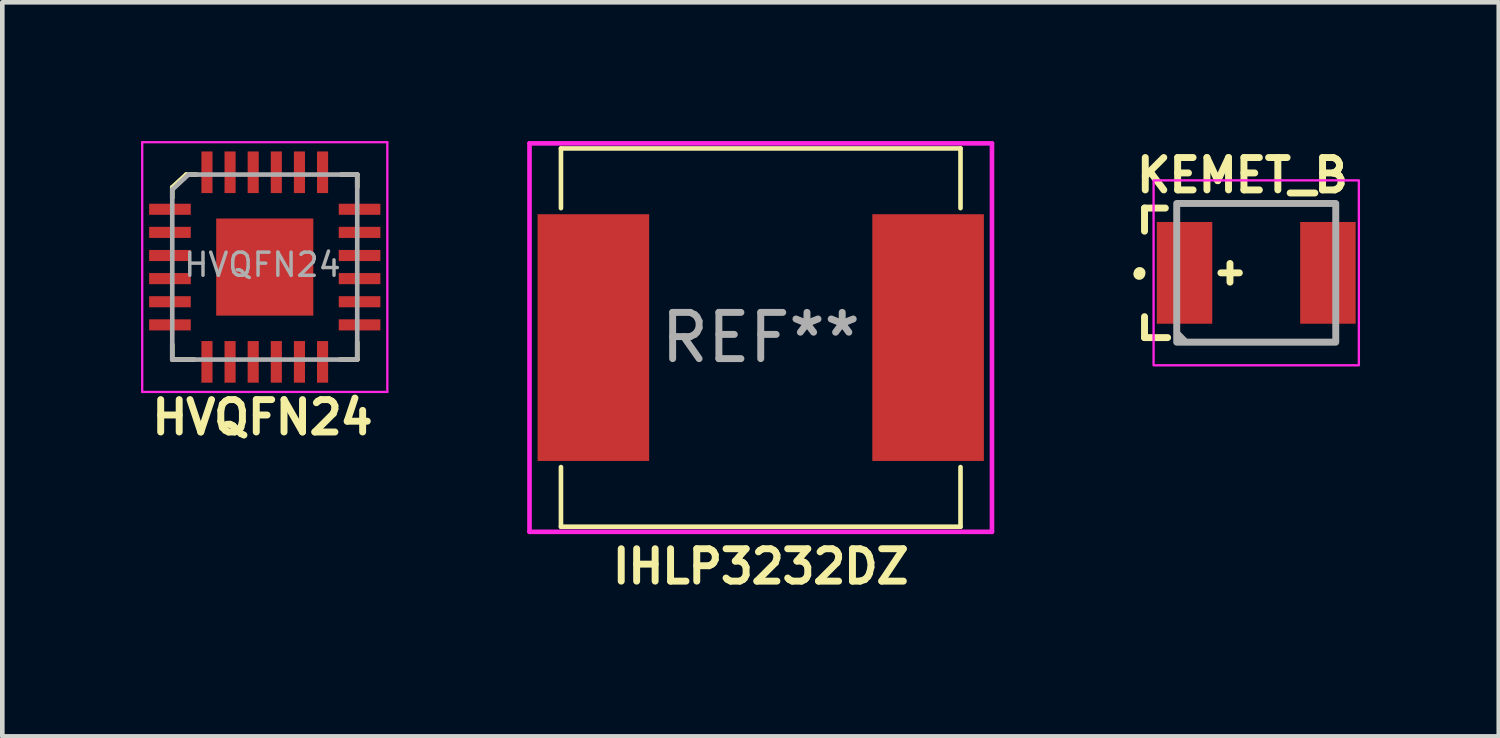
<source format=kicad_pcb>
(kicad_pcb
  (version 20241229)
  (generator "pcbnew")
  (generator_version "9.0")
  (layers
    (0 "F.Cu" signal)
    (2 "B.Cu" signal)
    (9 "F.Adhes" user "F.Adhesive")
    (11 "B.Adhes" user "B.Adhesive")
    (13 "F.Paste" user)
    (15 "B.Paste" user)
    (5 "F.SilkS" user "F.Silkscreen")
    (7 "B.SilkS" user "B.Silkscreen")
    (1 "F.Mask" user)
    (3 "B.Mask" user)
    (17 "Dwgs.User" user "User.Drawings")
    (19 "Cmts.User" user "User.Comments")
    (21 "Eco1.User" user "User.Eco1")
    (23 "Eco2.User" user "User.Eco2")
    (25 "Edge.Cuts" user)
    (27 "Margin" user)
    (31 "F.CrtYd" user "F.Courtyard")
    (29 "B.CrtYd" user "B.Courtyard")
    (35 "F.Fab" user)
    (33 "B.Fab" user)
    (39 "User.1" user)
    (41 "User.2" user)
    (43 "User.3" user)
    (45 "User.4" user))
  (footprint "IHLP3232DZ"
    (layer "F.Cu")
    (at 13.4 4.25)
    (property "Reference" "IHLP3232DZ" (at 0 4.95 0) (layer "F.SilkS") (effects (font (size 0.7 0.7) (thickness 0.15))))
    (attr through_hole)
    (fp_line (start -4.32 -2.8) (end -4.32 -4.09) (stroke (width 0.1) (type solid)) (layer "F.SilkS"))
    (fp_line (start -4.32 2.8) (end -4.32 4.09) (stroke (width 0.1) (type solid)) (layer "F.SilkS"))
    (fp_line (start -4.32 4.09) (end 4.32 4.09) (stroke (width 0.1) (type solid)) (layer "F.SilkS"))
    (fp_line (start 4.32 -4.09) (end -4.32 -4.09) (stroke (width 0.1) (type solid)) (layer "F.SilkS"))
    (fp_line (start 4.32 -2.8) (end 4.32 -4.09) (stroke (width 0.1) (type solid)) (layer "F.SilkS"))
    (fp_line (start 4.32 2.8) (end 4.32 4.09) (stroke (width 0.1) (type solid)) (layer "F.SilkS"))
    (fp_line (start -5 4.2) (end -5 -4.2) (stroke (width 0.1) (type solid)) (layer "F.CrtYd"))
    (fp_line (start -5 4.2) (end 5 4.2) (stroke (width 0.1) (type solid)) (layer "F.CrtYd"))
    (fp_line (start 5 -4.2) (end -5 -4.2) (stroke (width 0.1) (type solid)) (layer "F.CrtYd"))
    (fp_line (start 5 -4.2) (end 5 4.2) (stroke (width 0.1) (type solid)) (layer "F.CrtYd"))
    (fp_text user "REF**" (at 0 0 0) (layer "F.Fab") (effects (font (size 1 1) (thickness 0.15))))
    (pad "1" smd rect (at -3.619 0) (size 2.413 5.335) (layers "F.Cu" "F.Mask" "F.Paste"))
    (pad "2" smd rect (at 3.619 0) (size 2.413 5.335) (layers "F.Cu" "F.Mask" "F.Paste")))
  (footprint "HVQFN24"
    (layer "F.Cu")
    (at 2.675 2.725)
    (property "Reference" "HVQFN24" (at -0.05 3.25 0) (layer "F.SilkS") (effects (font (size 0.7 0.7) (thickness 0.15))))
    (attr through_hole)
    (fp_line (start -2 -1.725) (end -2 -1.5) (stroke (width 0.1) (type solid)) (layer "F.SilkS"))
    (fp_line (start -2 2) (end -2 1.675) (stroke (width 0.1) (type solid)) (layer "F.SilkS"))
    (fp_line (start -1.7 -2) (end -2 -1.725) (stroke (width 0.1) (type solid)) (layer "F.SilkS"))
    (fp_line (start -1.525 2) (end -2 2) (stroke (width 0.1) (type solid)) (layer "F.SilkS"))
    (fp_line (start -1.475 -2) (end -1.7 -2) (stroke (width 0.1) (type solid)) (layer "F.SilkS"))
    (fp_line (start 1.65 -2) (end 2 -2) (stroke (width 0.1) (type solid)) (layer "F.SilkS"))
    (fp_line (start 2 -2) (end 2 -1.725) (stroke (width 0.1) (type solid)) (layer "F.SilkS"))
    (fp_line (start 2 1.625) (end 2 2) (stroke (width 0.1) (type solid)) (layer "F.SilkS"))
    (fp_line (start 2 2) (end 1.625 2) (stroke (width 0.1) (type solid)) (layer "F.SilkS"))
    (fp_line (start -2.65 -2.7) (end -2.65 2.7) (stroke (width 0.05) (type solid)) (layer "F.CrtYd"))
    (fp_line (start -2.65 -2.7) (end 2.65 -2.7) (stroke (width 0.05) (type solid)) (layer "F.CrtYd"))
    (fp_line (start -2.65 2.7) (end 2.65 2.7) (stroke (width 0.05) (type solid)) (layer "F.CrtYd"))
    (fp_line (start 2.65 -2.7) (end 2.65 2.7) (stroke (width 0.05) (type solid)) (layer "F.CrtYd"))
    (fp_line (start -2 -1.675) (end -2 2) (stroke (width 0.1) (type solid)) (layer "F.Fab"))
    (fp_line (start -2 2) (end 2 2) (stroke (width 0.1) (type solid)) (layer "F.Fab"))
    (fp_line (start -1.65 -2) (end -2 -1.675) (stroke (width 0.1) (type solid)) (layer "F.Fab"))
    (fp_line (start -1.65 -2) (end 2 -2) (stroke (width 0.1) (type solid)) (layer "F.Fab"))
    (fp_line (start 2 -2) (end 2 2) (stroke (width 0.1) (type solid)) (layer "F.Fab"))
    (fp_text user "${REFERENCE}" (at -0.05 -0.05 0) (layer "F.Fab") (effects (font (size 0.5 0.5) (thickness 0.075))))
    (pad "1" smd rect (at -2.05 -1.25) (size 0.9 0.24) (layers "F.Cu" "F.Mask" "F.Paste"))
    (pad "2" smd rect (at -2.05 -0.75) (size 0.9 0.24) (layers "F.Cu" "F.Mask" "F.Paste"))
    (pad "3" smd rect (at -2.05 -0.25) (size 0.9 0.24) (layers "F.Cu" "F.Mask" "F.Paste"))
    (pad "4" smd rect (at -2.05 0.25) (size 0.9 0.24) (layers "F.Cu" "F.Mask" "F.Paste"))
    (pad "5" smd rect (at -2.05 0.75) (size 0.9 0.24) (layers "F.Cu" "F.Mask" "F.Paste"))
    (pad "6" smd rect (at -2.05 1.25) (size 0.9 0.24) (layers "F.Cu" "F.Mask" "F.Paste"))
    (pad "7" smd rect (at -1.25 2.05) (size 0.24 0.9) (layers "F.Cu" "F.Mask" "F.Paste"))
    (pad "8" smd rect (at -0.75 2.05) (size 0.24 0.9) (layers "F.Cu" "F.Mask" "F.Paste"))
    (pad "9" smd rect (at -0.25 2.05) (size 0.24 0.9) (layers "F.Cu" "F.Mask" "F.Paste"))
    (pad "10" smd rect (at 0.25 2.05) (size 0.24 0.9) (layers "F.Cu" "F.Mask" "F.Paste"))
    (pad "11" smd rect (at 0.75 2.05) (size 0.24 0.9) (layers "F.Cu" "F.Mask" "F.Paste"))
    (pad "12" smd rect (at 1.25 2.05) (size 0.24 0.9) (layers "F.Cu" "F.Mask" "F.Paste"))
    (pad "13" smd rect (at 2.05 1.25) (size 0.9 0.24) (layers "F.Cu" "F.Mask" "F.Paste"))
    (pad "14" smd rect (at 2.05 0.75) (size 0.9 0.24) (layers "F.Cu" "F.Mask" "F.Paste"))
    (pad "15" smd rect (at 2.05 0.25) (size 0.9 0.24) (layers "F.Cu" "F.Mask" "F.Paste"))
    (pad "16" smd rect (at 2.05 -0.25) (size 0.9 0.24) (layers "F.Cu" "F.Mask" "F.Paste"))
    (pad "17" smd rect (at 2.05 -0.75) (size 0.9 0.24) (layers "F.Cu" "F.Mask" "F.Paste"))
    (pad "18" smd rect (at 2.05 -1.25) (size 0.9 0.24) (layers "F.Cu" "F.Mask" "F.Paste"))
    (pad "19" smd rect (at 1.25 -2.05) (size 0.24 0.9) (layers "F.Cu" "F.Mask" "F.Paste"))
    (pad "20" smd rect (at 0.75 -2.05) (size 0.24 0.9) (layers "F.Cu" "F.Mask" "F.Paste"))
    (pad "21" smd rect (at 0.25 -2.05) (size 0.24 0.9) (layers "F.Cu" "F.Mask" "F.Paste"))
    (pad "22" smd rect (at -0.25 -2.05) (size 0.24 0.9) (layers "F.Cu" "F.Mask" "F.Paste"))
    (pad "23" smd rect (at -0.75 -2.05) (size 0.24 0.9) (layers "F.Cu" "F.Mask" "F.Paste"))
    (pad "24" smd rect (at -1.25 -2.05) (size 0.24 0.9) (layers "F.Cu" "F.Mask" "F.Paste"))
    (pad "25" smd rect (at 0 0) (size 2.1 2.1) (layers "F.Cu" "F.Mask" "F.Paste")))
  (footprint "KEMET_B"
    (layer "F.Cu")
    (at 24.115 2.85)
    (property "Reference" "KEMET_B" (at -2.665 -1.7 0) (layer "F.SilkS") (effects (font (size 0.7 0.7) (thickness 0.15)) (justify left bottom)))
    (attr smd)
    (fp_line (start -2.416 -1.401) (end -2.416 -0.901) (stroke (width 0.15) (type solid)) (layer "F.SilkS"))
    (fp_line (start -2.416 0.948) (end -2.416 1.4) (stroke (width 0.15) (type solid)) (layer "F.SilkS"))
    (fp_line (start -2.416 1.4) (end -1.917 1.4) (stroke (width 0.15) (type solid)) (layer "F.SilkS"))
    (fp_line (start -1.966 -1.401) (end -2.416 -1.401) (stroke (width 0.15) (type solid)) (layer "F.SilkS"))
    (fp_line (start -0.764 0) (end -0.366 0) (stroke (width 0.15) (type solid)) (layer "F.SilkS"))
    (fp_line (start -0.568 0.201) (end -0.568 -0.202) (stroke (width 0.15) (type solid)) (layer "F.SilkS"))
    (fp_circle (center -2.531 0.025) (end -2.48 0.025) (stroke (width 0.15) (type solid)) (fill yes) (layer "F.SilkS"))
    (fp_circle (center -2.52 0) (end -2.47 0) (stroke (width 0.15) (type solid)) (fill yes) (layer "F.SilkS"))
    (fp_rect (start -2.22 -2) (end 2.219 1.999) (stroke (width 0.05) (type solid)) (fill no) (layer "F.CrtYd"))
    (fp_line (start -1.7 1.324) (end -1.551 1.475) (stroke (width 0.15) (type solid)) (layer "F.Fab"))
    (fp_rect (start -1.72 -1.5) (end 1.719 1.499) (stroke (width 0.15) (type solid)) (fill no) (layer "F.Fab"))
    (fp_rect (start -1.72 -1.5) (end 1.719 1.499) (stroke (width 0.1) (type solid)) (fill no) (layer "User.5"))
    (fp_rect (start -1.72 -1.5) (end 1.719 1.499) (stroke (width 0.1) (type solid)) (fill no) (layer "User.5"))
    (fp_line (start -1.72 -1.5) (end -1.72 1.499) (stroke (width 0.02) (type solid)) (layer "User.9"))
    (fp_line (start -1.72 1.499) (end 1.719 1.499) (stroke (width 0.02) (type solid)) (layer "User.9"))
    (fp_line (start 1.719 -1.5) (end -1.72 -1.5) (stroke (width 0.02) (type solid)) (layer "User.9"))
    (fp_line (start 1.719 1.499) (end 1.719 -1.5) (stroke (width 0.02) (type solid)) (layer "User.9"))
    (pad "1" smd rect (at -1.551 0) (size 1.2 2.2) (layers "F.Cu" "F.Mask" "F.Paste"))
    (pad "2" smd rect (at 1.55 0) (size 1.2 2.2) (layers "F.Cu" "F.Mask" "F.Paste")))
  (gr_rect
    (start -3 -3)
    (end 29.359 12.873)
    (stroke (width 0.1) (type default))
    (fill no)
    (layer "Edge.Cuts")))
</source>
